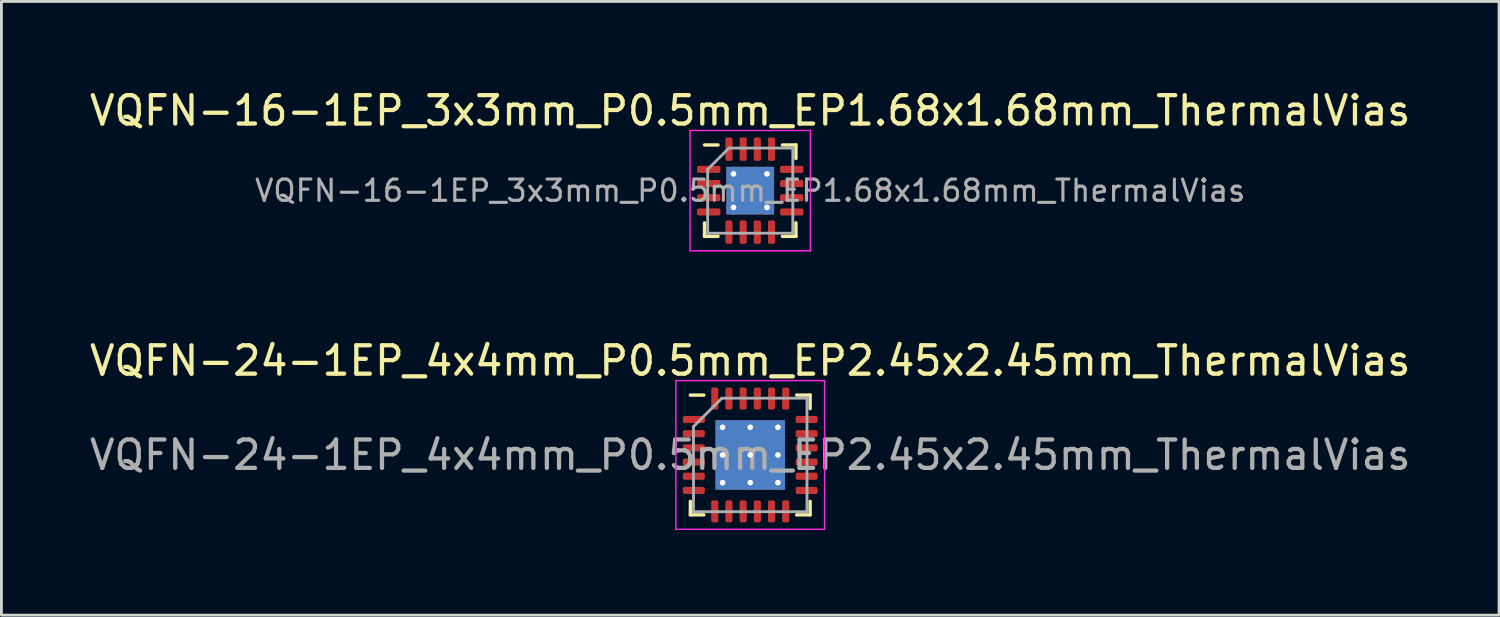
<source format=kicad_pcb>
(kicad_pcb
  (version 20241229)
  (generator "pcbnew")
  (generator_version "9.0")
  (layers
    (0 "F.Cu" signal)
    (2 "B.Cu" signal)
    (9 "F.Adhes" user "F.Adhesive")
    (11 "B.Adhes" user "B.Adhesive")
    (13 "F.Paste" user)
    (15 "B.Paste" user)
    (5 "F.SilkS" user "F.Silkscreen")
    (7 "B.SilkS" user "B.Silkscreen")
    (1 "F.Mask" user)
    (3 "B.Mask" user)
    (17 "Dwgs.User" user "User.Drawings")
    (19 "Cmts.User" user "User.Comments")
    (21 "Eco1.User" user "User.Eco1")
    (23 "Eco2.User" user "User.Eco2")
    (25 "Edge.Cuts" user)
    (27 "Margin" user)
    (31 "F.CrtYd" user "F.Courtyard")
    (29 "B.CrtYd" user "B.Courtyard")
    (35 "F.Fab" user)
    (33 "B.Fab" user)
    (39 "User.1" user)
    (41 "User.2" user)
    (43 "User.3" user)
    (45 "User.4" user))
  (footprint "VQFN-24-1EP_4x4mm_P0.5mm_EP2.45x2.45mm_ThermalVias"
    (layer "F.Cu")
    (at 23.387 12.982)
    (property "Reference" "VQFN-24-1EP_4x4mm_P0.5mm_EP2.45x2.45mm_ThermalVias" (at 0 -3.32 0) (layer "F.SilkS") (effects (font (size 1 1) (thickness 0.15))))
    (attr smd)
    (fp_line (start -2.11 2.11) (end -2.11 1.635) (stroke (width 0.12) (type solid)) (layer "F.SilkS"))
    (fp_line (start -1.635 -2.11) (end -2.11 -2.11) (stroke (width 0.12) (type solid)) (layer "F.SilkS"))
    (fp_line (start -1.635 2.11) (end -2.11 2.11) (stroke (width 0.12) (type solid)) (layer "F.SilkS"))
    (fp_line (start 1.635 -2.11) (end 2.11 -2.11) (stroke (width 0.12) (type solid)) (layer "F.SilkS"))
    (fp_line (start 1.635 2.11) (end 2.11 2.11) (stroke (width 0.12) (type solid)) (layer "F.SilkS"))
    (fp_line (start 2.11 -2.11) (end 2.11 -1.635) (stroke (width 0.12) (type solid)) (layer "F.SilkS"))
    (fp_line (start 2.11 2.11) (end 2.11 1.635) (stroke (width 0.12) (type solid)) (layer "F.SilkS"))
    (fp_line (start -2.62 -2.62) (end -2.62 2.62) (stroke (width 0.05) (type solid)) (layer "F.CrtYd"))
    (fp_line (start -2.62 2.62) (end 2.62 2.62) (stroke (width 0.05) (type solid)) (layer "F.CrtYd"))
    (fp_line (start 2.62 -2.62) (end -2.62 -2.62) (stroke (width 0.05) (type solid)) (layer "F.CrtYd"))
    (fp_line (start 2.62 2.62) (end 2.62 -2.62) (stroke (width 0.05) (type solid)) (layer "F.CrtYd"))
    (fp_line (start -2 -1) (end -1 -2) (stroke (width 0.1) (type solid)) (layer "F.Fab"))
    (fp_line (start -2 2) (end -2 -1) (stroke (width 0.1) (type solid)) (layer "F.Fab"))
    (fp_line (start -1 -2) (end 2 -2) (stroke (width 0.1) (type solid)) (layer "F.Fab"))
    (fp_line (start 2 -2) (end 2 2) (stroke (width 0.1) (type solid)) (layer "F.Fab"))
    (fp_line (start 2 2) (end -2 2) (stroke (width 0.1) (type solid)) (layer "F.Fab"))
    (fp_text user "${REFERENCE}" (at 0 0 0) (layer "F.Fab") (effects (font (size 1 1) (thickness 0.15))))
    (pad "" smd custom (at -0.487 -0.487) (size 0.756 0.756) (layers "F.Paste") (options (anchor circle)) (primitives (gr_poly (pts (xy 0.301 -0.175) (xy 0.301 0.175) (xy 0.175 0.301) (xy -0.175 0.301) (xy -0.301 0.175) (xy -0.301 -0.175) (xy -0.175 -0.301) (xy 0.175 -0.301)) (width 0.306) (fill yes))))
    (pad "" smd custom (at -0.487 0.487) (size 0.756 0.756) (layers "F.Paste") (options (anchor circle)) (primitives (gr_poly (pts (xy 0.301 -0.175) (xy 0.301 0.175) (xy 0.175 0.301) (xy -0.175 0.301) (xy -0.301 0.175) (xy -0.301 -0.175) (xy -0.175 -0.301) (xy 0.175 -0.301)) (width 0.306) (fill yes))))
    (pad "" smd custom (at 0.487 -0.487) (size 0.756 0.756) (layers "F.Paste") (options (anchor circle)) (primitives (gr_poly (pts (xy 0.301 -0.175) (xy 0.301 0.175) (xy 0.175 0.301) (xy -0.175 0.301) (xy -0.301 0.175) (xy -0.301 -0.175) (xy -0.175 -0.301) (xy 0.175 -0.301)) (width 0.306) (fill yes))))
    (pad "" smd custom (at 0.487 0.487) (size 0.756 0.756) (layers "F.Paste") (options (anchor circle)) (primitives (gr_poly (pts (xy 0.301 -0.175) (xy 0.301 0.175) (xy 0.175 0.301) (xy -0.175 0.301) (xy -0.301 0.175) (xy -0.301 -0.175) (xy -0.175 -0.301) (xy 0.175 -0.301)) (width 0.306) (fill yes))))
    (pad "1" smd roundrect (at -1.988 -1.25) (size 0.775 0.25) (layers "F.Cu" "F.Mask" "F.Paste") (roundrect_rratio 0.25))
    (pad "2" smd roundrect (at -1.988 -0.75) (size 0.775 0.25) (layers "F.Cu" "F.Mask" "F.Paste") (roundrect_rratio 0.25))
    (pad "3" smd roundrect (at -1.988 -0.25) (size 0.775 0.25) (layers "F.Cu" "F.Mask" "F.Paste") (roundrect_rratio 0.25))
    (pad "4" smd roundrect (at -1.988 0.25) (size 0.775 0.25) (layers "F.Cu" "F.Mask" "F.Paste") (roundrect_rratio 0.25))
    (pad "5" smd roundrect (at -1.988 0.75) (size 0.775 0.25) (layers "F.Cu" "F.Mask" "F.Paste") (roundrect_rratio 0.25))
    (pad "6" smd roundrect (at -1.988 1.25) (size 0.775 0.25) (layers "F.Cu" "F.Mask" "F.Paste") (roundrect_rratio 0.25))
    (pad "7" smd roundrect (at -1.25 1.988) (size 0.25 0.775) (layers "F.Cu" "F.Mask" "F.Paste") (roundrect_rratio 0.25))
    (pad "8" smd roundrect (at -0.75 1.988) (size 0.25 0.775) (layers "F.Cu" "F.Mask" "F.Paste") (roundrect_rratio 0.25))
    (pad "9" smd roundrect (at -0.25 1.988) (size 0.25 0.775) (layers "F.Cu" "F.Mask" "F.Paste") (roundrect_rratio 0.25))
    (pad "10" smd roundrect (at 0.25 1.988) (size 0.25 0.775) (layers "F.Cu" "F.Mask" "F.Paste") (roundrect_rratio 0.25))
    (pad "11" smd roundrect (at 0.75 1.988) (size 0.25 0.775) (layers "F.Cu" "F.Mask" "F.Paste") (roundrect_rratio 0.25))
    (pad "12" smd roundrect (at 1.25 1.988) (size 0.25 0.775) (layers "F.Cu" "F.Mask" "F.Paste") (roundrect_rratio 0.25))
    (pad "13" smd roundrect (at 1.988 1.25) (size 0.775 0.25) (layers "F.Cu" "F.Mask" "F.Paste") (roundrect_rratio 0.25))
    (pad "14" smd roundrect (at 1.988 0.75) (size 0.775 0.25) (layers "F.Cu" "F.Mask" "F.Paste") (roundrect_rratio 0.25))
    (pad "15" smd roundrect (at 1.988 0.25) (size 0.775 0.25) (layers "F.Cu" "F.Mask" "F.Paste") (roundrect_rratio 0.25))
    (pad "16" smd roundrect (at 1.988 -0.25) (size 0.775 0.25) (layers "F.Cu" "F.Mask" "F.Paste") (roundrect_rratio 0.25))
    (pad "17" smd roundrect (at 1.988 -0.75) (size 0.775 0.25) (layers "F.Cu" "F.Mask" "F.Paste") (roundrect_rratio 0.25))
    (pad "18" smd roundrect (at 1.988 -1.25) (size 0.775 0.25) (layers "F.Cu" "F.Mask" "F.Paste") (roundrect_rratio 0.25))
    (pad "19" smd roundrect (at 1.25 -1.988) (size 0.25 0.775) (layers "F.Cu" "F.Mask" "F.Paste") (roundrect_rratio 0.25))
    (pad "20" smd roundrect (at 0.75 -1.988) (size 0.25 0.775) (layers "F.Cu" "F.Mask" "F.Paste") (roundrect_rratio 0.25))
    (pad "21" smd roundrect (at 0.25 -1.988) (size 0.25 0.775) (layers "F.Cu" "F.Mask" "F.Paste") (roundrect_rratio 0.25))
    (pad "22" smd roundrect (at -0.25 -1.988) (size 0.25 0.775) (layers "F.Cu" "F.Mask" "F.Paste") (roundrect_rratio 0.25))
    (pad "23" smd roundrect (at -0.75 -1.988) (size 0.25 0.775) (layers "F.Cu" "F.Mask" "F.Paste") (roundrect_rratio 0.25))
    (pad "24" smd roundrect (at -1.25 -1.988) (size 0.25 0.775) (layers "F.Cu" "F.Mask" "F.Paste") (roundrect_rratio 0.25))
    (pad "25" thru_hole circle (at -0.975 -0.975) (size 0.5 0.5) (drill 0.2) (layers "*.Cu"))
    (pad "25" thru_hole circle (at -0.975 0) (size 0.5 0.5) (drill 0.2) (layers "*.Cu"))
    (pad "25" thru_hole circle (at -0.975 0.975) (size 0.5 0.5) (drill 0.2) (layers "*.Cu"))
    (pad "25" thru_hole circle (at 0 -0.975) (size 0.5 0.5) (drill 0.2) (layers "*.Cu"))
    (pad "25" thru_hole circle (at 0 0) (size 0.5 0.5) (drill 0.2) (layers "*.Cu"))
    (pad "25" smd rect (at 0 0) (size 2.45 2.45) (layers "F.Cu" "F.Mask"))
    (pad "25" smd rect (at 0 0) (size 2.45 2.45) (layers "B.Cu"))
    (pad "25" thru_hole circle (at 0 0.975) (size 0.5 0.5) (drill 0.2) (layers "*.Cu"))
    (pad "25" thru_hole circle (at 0.975 -0.975) (size 0.5 0.5) (drill 0.2) (layers "*.Cu"))
    (pad "25" thru_hole circle (at 0.975 0) (size 0.5 0.5) (drill 0.2) (layers "*.Cu"))
    (pad "25" thru_hole circle (at 0.975 0.975) (size 0.5 0.5) (drill 0.2) (layers "*.Cu")))
  (footprint "VQFN-16-1EP_3x3mm_P0.5mm_EP1.68x1.68mm_ThermalVias"
    (layer "F.Cu")
    (at 23.387 3.668)
    (property "Reference" "VQFN-16-1EP_3x3mm_P0.5mm_EP1.68x1.68mm_ThermalVias" (at 0 -2.82 0) (layer "F.SilkS") (effects (font (size 1 1) (thickness 0.15))))
    (attr smd)
    (fp_line (start -1.61 1.61) (end -1.61 1.135) (stroke (width 0.12) (type solid)) (layer "F.SilkS"))
    (fp_line (start -1.135 -1.61) (end -1.61 -1.61) (stroke (width 0.12) (type solid)) (layer "F.SilkS"))
    (fp_line (start -1.135 1.61) (end -1.61 1.61) (stroke (width 0.12) (type solid)) (layer "F.SilkS"))
    (fp_line (start 1.135 -1.61) (end 1.61 -1.61) (stroke (width 0.12) (type solid)) (layer "F.SilkS"))
    (fp_line (start 1.135 1.61) (end 1.61 1.61) (stroke (width 0.12) (type solid)) (layer "F.SilkS"))
    (fp_line (start 1.61 -1.61) (end 1.61 -1.135) (stroke (width 0.12) (type solid)) (layer "F.SilkS"))
    (fp_line (start 1.61 1.61) (end 1.61 1.135) (stroke (width 0.12) (type solid)) (layer "F.SilkS"))
    (fp_line (start -2.12 -2.12) (end -2.12 2.12) (stroke (width 0.05) (type solid)) (layer "F.CrtYd"))
    (fp_line (start -2.12 2.12) (end 2.12 2.12) (stroke (width 0.05) (type solid)) (layer "F.CrtYd"))
    (fp_line (start 2.12 -2.12) (end -2.12 -2.12) (stroke (width 0.05) (type solid)) (layer "F.CrtYd"))
    (fp_line (start 2.12 2.12) (end 2.12 -2.12) (stroke (width 0.05) (type solid)) (layer "F.CrtYd"))
    (fp_line (start -1.5 -0.75) (end -0.75 -1.5) (stroke (width 0.1) (type solid)) (layer "F.Fab"))
    (fp_line (start -1.5 1.5) (end -1.5 -0.75) (stroke (width 0.1) (type solid)) (layer "F.Fab"))
    (fp_line (start -0.75 -1.5) (end 1.5 -1.5) (stroke (width 0.1) (type solid)) (layer "F.Fab"))
    (fp_line (start 1.5 -1.5) (end 1.5 1.5) (stroke (width 0.1) (type solid)) (layer "F.Fab"))
    (fp_line (start 1.5 1.5) (end -1.5 1.5) (stroke (width 0.1) (type solid)) (layer "F.Fab"))
    (fp_text user "${REFERENCE}" (at 0 0 0) (layer "F.Fab") (effects (font (size 0.75 0.75) (thickness 0.11))))
    (pad "" smd roundrect (at -0.42 -0.42) (size 0.73 0.73) (layers "F.Paste") (roundrect_rratio 0.25))
    (pad "" smd roundrect (at -0.42 0.42) (size 0.73 0.73) (layers "F.Paste") (roundrect_rratio 0.25))
    (pad "" smd roundrect (at 0.42 -0.42) (size 0.73 0.73) (layers "F.Paste") (roundrect_rratio 0.25))
    (pad "" smd roundrect (at 0.42 0.42) (size 0.73 0.73) (layers "F.Paste") (roundrect_rratio 0.25))
    (pad "1" smd roundrect (at -1.462 -0.75) (size 0.825 0.25) (layers "F.Cu" "F.Mask" "F.Paste") (roundrect_rratio 0.25))
    (pad "2" smd roundrect (at -1.462 -0.25) (size 0.825 0.25) (layers "F.Cu" "F.Mask" "F.Paste") (roundrect_rratio 0.25))
    (pad "3" smd roundrect (at -1.462 0.25) (size 0.825 0.25) (layers "F.Cu" "F.Mask" "F.Paste") (roundrect_rratio 0.25))
    (pad "4" smd roundrect (at -1.462 0.75) (size 0.825 0.25) (layers "F.Cu" "F.Mask" "F.Paste") (roundrect_rratio 0.25))
    (pad "5" smd roundrect (at -0.75 1.462) (size 0.25 0.825) (layers "F.Cu" "F.Mask" "F.Paste") (roundrect_rratio 0.25))
    (pad "6" smd roundrect (at -0.25 1.462) (size 0.25 0.825) (layers "F.Cu" "F.Mask" "F.Paste") (roundrect_rratio 0.25))
    (pad "7" smd roundrect (at 0.25 1.462) (size 0.25 0.825) (layers "F.Cu" "F.Mask" "F.Paste") (roundrect_rratio 0.25))
    (pad "8" smd roundrect (at 0.75 1.462) (size 0.25 0.825) (layers "F.Cu" "F.Mask" "F.Paste") (roundrect_rratio 0.25))
    (pad "9" smd roundrect (at 1.462 0.75) (size 0.825 0.25) (layers "F.Cu" "F.Mask" "F.Paste") (roundrect_rratio 0.25))
    (pad "10" smd roundrect (at 1.462 0.25) (size 0.825 0.25) (layers "F.Cu" "F.Mask" "F.Paste") (roundrect_rratio 0.25))
    (pad "11" smd roundrect (at 1.462 -0.25) (size 0.825 0.25) (layers "F.Cu" "F.Mask" "F.Paste") (roundrect_rratio 0.25))
    (pad "12" smd roundrect (at 1.462 -0.75) (size 0.825 0.25) (layers "F.Cu" "F.Mask" "F.Paste") (roundrect_rratio 0.25))
    (pad "13" smd roundrect (at 0.75 -1.462) (size 0.25 0.825) (layers "F.Cu" "F.Mask" "F.Paste") (roundrect_rratio 0.25))
    (pad "14" smd roundrect (at 0.25 -1.462) (size 0.25 0.825) (layers "F.Cu" "F.Mask" "F.Paste") (roundrect_rratio 0.25))
    (pad "15" smd roundrect (at -0.25 -1.462) (size 0.25 0.825) (layers "F.Cu" "F.Mask" "F.Paste") (roundrect_rratio 0.25))
    (pad "16" smd roundrect (at -0.75 -1.462) (size 0.25 0.825) (layers "F.Cu" "F.Mask" "F.Paste") (roundrect_rratio 0.25))
    (pad "17" thru_hole circle (at -0.59 -0.59) (size 0.5 0.5) (drill 0.2) (layers "*.Cu"))
    (pad "17" thru_hole circle (at -0.59 0.59) (size 0.5 0.5) (drill 0.2) (layers "*.Cu"))
    (pad "17" smd rect (at 0 0) (size 1.68 1.68) (layers "F.Cu" "F.Mask"))
    (pad "17" smd rect (at 0 0) (size 1.68 1.68) (layers "B.Cu"))
    (pad "17" thru_hole circle (at 0.59 -0.59) (size 0.5 0.5) (drill 0.2) (layers "*.Cu"))
    (pad "17" thru_hole circle (at 0.59 0.59) (size 0.5 0.5) (drill 0.2) (layers "*.Cu")))
  (gr_rect
    (start -3 -3)
    (end 49.774 18.627)
    (stroke (width 0.1) (type default))
    (fill no)
    (layer "Edge.Cuts")))
</source>
